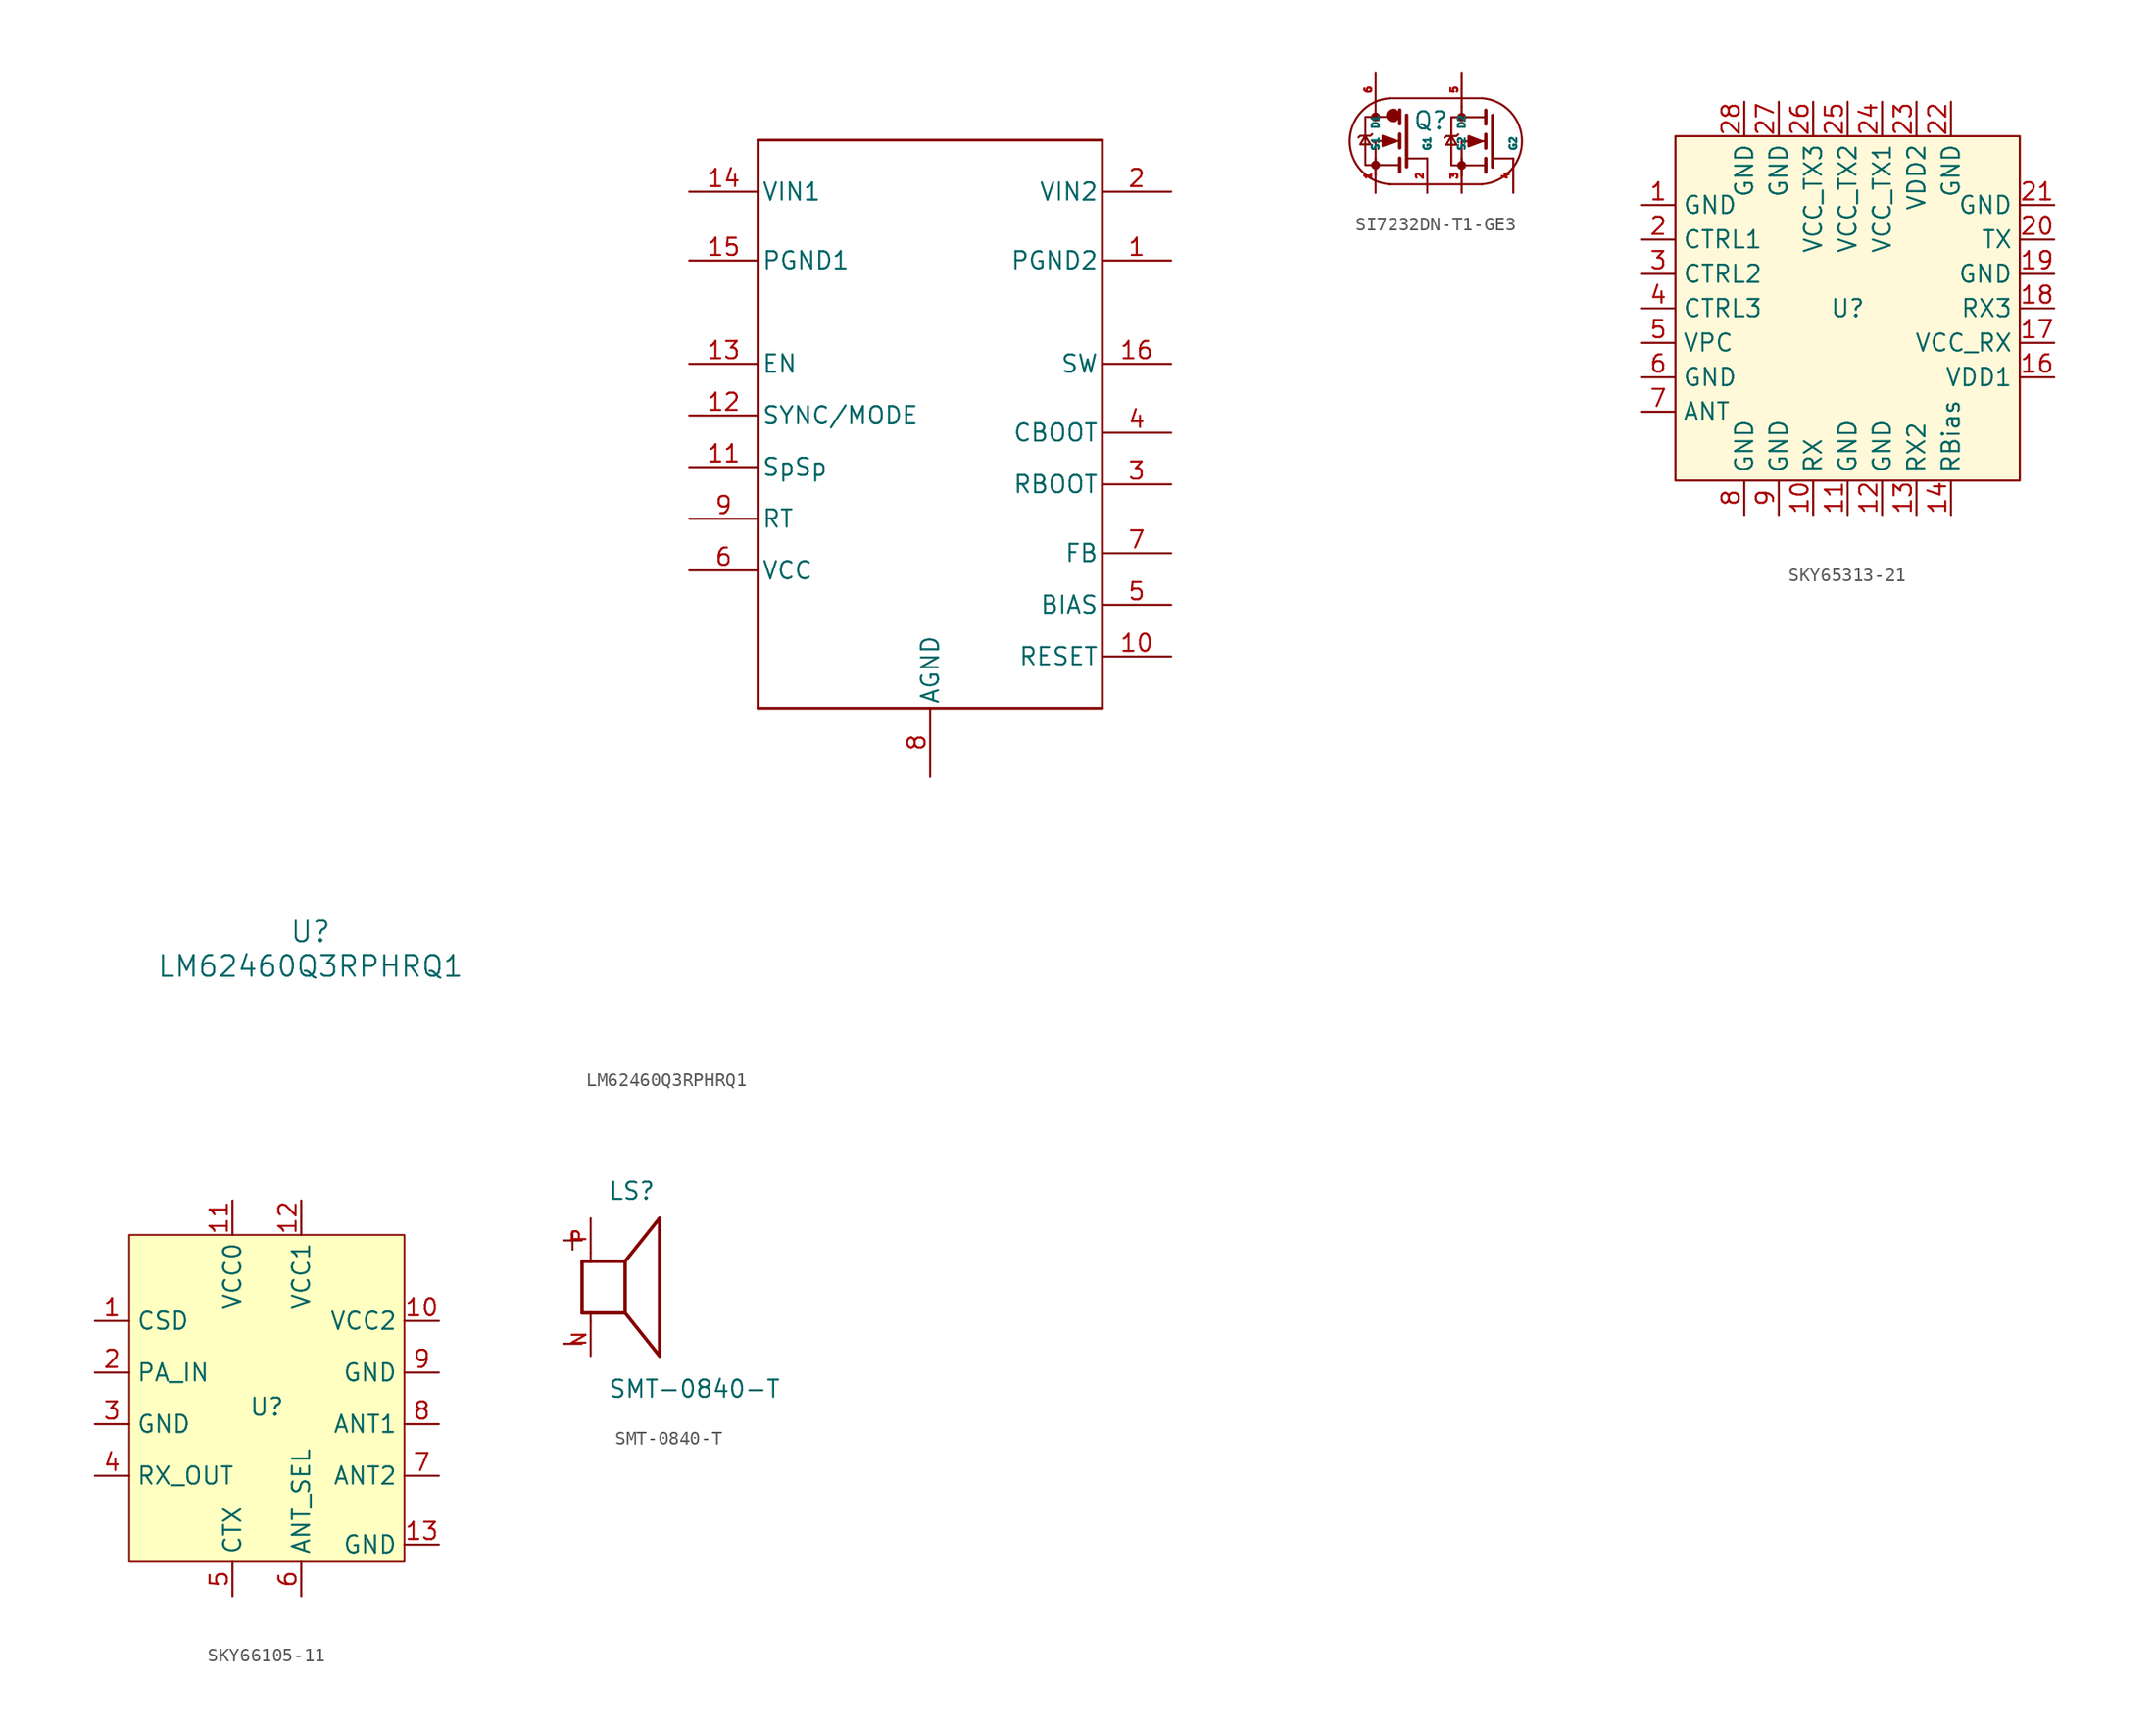
<source format=kicad_sym>
(kicad_symbol_lib
  (version 20241209)
  (generator "kicad_symbol_editor")
  (generator_version "9.0")
  (symbol "LM62460Q3RPHRQ1"
    (pin_names
      (offset 0.254))
    (property "Reference" "U"
      (at -45.72 -33.02 0)
      (effects (font (size 1.524 1.524))))
    (property "Value" "LM62460Q3RPHRQ1"
      (at -45.72 -35.56 0)
      (effects (font (size 1.524 1.524))))
    (symbol "LM62460Q3RPHRQ1_0_1"
      (polyline (pts (xy -12.7 25.4) (xy -12.7 -16.51)) (stroke (width 0.203) (type default)) (fill (type none)))
      (polyline (pts (xy -12.7 -16.51) (xy 12.7 -16.51)) (stroke (width 0.203) (type default)) (fill (type none)))
      (polyline (pts (xy 12.7 25.4) (xy -12.7 25.4)) (stroke (width 0.203) (type default)) (fill (type none)))
      (polyline (pts (xy 12.7 -16.51) (xy 12.7 25.4)) (stroke (width 0.203) (type default)) (fill (type none)))
      (pin input line (at -17.78 8.89 0) (length 5.08) (name "EN" (effects (font (size 1.27 1.27)))) (number "13" (effects (font (size 1.27 1.27)))))
      (pin unspecified line (at -17.78 1.27 0) (length 5.08) (name "SpSp" (effects (font (size 1.27 1.27)))) (number "11" (effects (font (size 1.27 1.27)))))
      (pin unspecified line (at -17.78 -2.54 0) (length 5.08) (name "RT" (effects (font (size 1.27 1.27)))) (number "9" (effects (font (size 1.27 1.27)))))
      (pin power_in line (at -17.78 -6.35 0) (length 5.08) (name "VCC" (effects (font (size 1.27 1.27)))) (number "6" (effects (font (size 1.27 1.27)))))
      (pin power_in line (at 0 -21.59 90) (length 5.08) (name "AGND" (effects (font (size 1.27 1.27)))) (number "8" (effects (font (size 1.27 1.27)))))
      (pin power_in line (at 17.78 8.89 180) (length 5.08) (name "SW" (effects (font (size 1.27 1.27)))) (number "16" (effects (font (size 1.27 1.27)))))
      (pin unspecified line (at 17.78 3.81 180) (length 5.08) (name "CBOOT" (effects (font (size 1.27 1.27)))) (number "4" (effects (font (size 1.27 1.27)))))
      (pin unspecified line (at 17.78 0 180) (length 5.08) (name "RBOOT" (effects (font (size 1.27 1.27)))) (number "3" (effects (font (size 1.27 1.27)))))
      (pin input line (at 17.78 -5.08 180) (length 5.08) (name "FB" (effects (font (size 1.27 1.27)))) (number "7" (effects (font (size 1.27 1.27)))))
      (pin unspecified line (at 17.78 -8.89 180) (length 5.08) (name "BIAS" (effects (font (size 1.27 1.27)))) (number "5" (effects (font (size 1.27 1.27)))))
      (pin input line (at 17.78 -12.7 180) (length 5.08) (name "RESET" (effects (font (size 1.27 1.27)))) (number "10" (effects (font (size 1.27 1.27))))))
    (symbol "LM62460Q3RPHRQ1_1_1"
      (pin power_in line (at -17.78 21.59 0) (length 5.08) (name "VIN1" (effects (font (size 1.27 1.27)))) (number "14" (effects (font (size 1.27 1.27)))))
      (pin power_in line (at -17.78 16.51 0) (length 5.08) (name "PGND1" (effects (font (size 1.27 1.27)))) (number "15" (effects (font (size 1.27 1.27)))))
      (pin input line (at -17.78 5.08 0) (length 5.08) (name "SYNC/MODE" (effects (font (size 1.27 1.27)))) (number "12" (effects (font (size 1.27 1.27)))))
      (pin power_in line (at 17.78 21.59 180) (length 5.08) (name "VIN2" (effects (font (size 1.27 1.27)))) (number "2" (effects (font (size 1.27 1.27)))))
      (pin power_in line (at 17.78 16.51 180) (length 5.08) (name "PGND2" (effects (font (size 1.27 1.27)))) (number "1" (effects (font (size 1.27 1.27)))))))
  (symbol "SI7232DN-T1-GE3"
    (property "Reference" "Q"
      (at 4.064 5.334 0)
      (effects (font (size 1.27 1.27))))
    (property "Value" ""
      (at 0 0 0)
      (effects (font (size 1.27 1.27))))
    (symbol "SI7232DN-T1-GE3_0_1"
      (polyline (pts (xy -0.759 4.21) (xy -0.378 3.575) (xy -1.14 3.575) (xy -0.759 4.21)) (stroke (width 0) (type default)) (fill (type none)))
      (polyline (pts (xy -0.251 4.338) (xy -0.378 4.21) (xy -1.14 4.21) (xy -1.267 4.083)) (stroke (width 0) (type default)) (fill (type none)))
      (polyline (pts (xy 0.0001 6.263) (xy 0.0001 5.501)) (stroke (width 0) (type default)) (fill (type none)))
      (circle (center 0.003 5.607) (radius 0.254) (stroke (width 0) (type default)) (fill (type outline)))
      (circle (center 0.003 2.051) (radius 0.254) (stroke (width 0) (type default)) (fill (type outline)))
      (polyline (pts (xy 0.003 1.29) (xy 0.003 3.829) (xy 1.781 3.829)) (stroke (width 0) (type default)) (fill (type none)))
      (arc (start 1.27 5.715) (mid 1.27 5.715) (end 1.27 5.715) (stroke (width 1) (type default)) (fill (type none)))
      (arc (start 1.0229 0.635) (mid -1.9146 3.81) (end 1.0229 6.985) (stroke (width 0) (type default)) (fill (type none)))
      (polyline (pts (xy 1.527 3.829) (xy 0.511 4.21) (xy 0.511 3.449) (xy 1.527 3.829)) (stroke (width 0) (type default)) (fill (type outline)))
      (polyline (pts (xy 1.781 6.115) (xy 1.781 5.099)) (stroke (width 0.254) (type default)) (fill (type none)))
      (polyline (pts (xy 1.781 4.338) (xy 1.781 3.321)) (stroke (width 0.254) (type default)) (fill (type none)))
      (polyline (pts (xy 1.781 2.559) (xy 1.781 1.544)) (stroke (width 0.254) (type default)) (fill (type none)))
      (polyline (pts (xy 1.781 2.051) (xy -0.759 2.051) (xy -0.759 5.607) (xy 1.781 5.607)) (stroke (width 0) (type default)) (fill (type none)))
      (polyline (pts (xy 2.289 5.734) (xy 2.289 1.925)) (stroke (width 0.254) (type default)) (fill (type none)))
      (polyline (pts (xy 2.37 2.54) (xy 3.81 2.54)) (stroke (width 0) (type default)) (fill (type none)))
      (polyline (pts (xy 5.588 4.191) (xy 5.969 3.556) (xy 5.207 3.556) (xy 5.588 4.191)) (stroke (width 0) (type default)) (fill (type none)))
      (polyline (pts (xy 6.096 4.318) (xy 5.969 4.191) (xy 5.207 4.191) (xy 5.08 4.064)) (stroke (width 0) (type default)) (fill (type none)))
      (polyline (pts (xy 6.35 6.35) (xy 6.35 5.588)) (stroke (width 0) (type default)) (fill (type none)))
      (circle (center 6.35 5.588) (radius 0.254) (stroke (width 0) (type default)) (fill (type outline)))
      (circle (center 6.35 2.032) (radius 0.254) (stroke (width 0) (type default)) (fill (type outline)))
      (polyline (pts (xy 6.35 1.27) (xy 6.35 3.81) (xy 8.128 3.81)) (stroke (width 0) (type default)) (fill (type none)))
      (arc (start 7.8671 6.985) (mid 10.8046 3.81) (end 7.8671 0.635) (stroke (width 0) (type default)) (fill (type none)))
      (polyline (pts (xy 7.831 0.63) (xy 0.935 0.63)) (stroke (width 0) (type default)) (fill (type none)))
      (polyline (pts (xy 7.874 3.81) (xy 6.858 4.191) (xy 6.858 3.429) (xy 7.874 3.81)) (stroke (width 0) (type default)) (fill (type outline)))
      (polyline (pts (xy 7.892 6.987) (xy 0.995 6.987)) (stroke (width 0) (type default)) (fill (type none)))
      (polyline (pts (xy 8.128 6.096) (xy 8.128 5.08)) (stroke (width 0.254) (type default)) (fill (type none)))
      (polyline (pts (xy 8.128 4.318) (xy 8.128 3.302)) (stroke (width 0.254) (type default)) (fill (type none)))
      (polyline (pts (xy 8.128 2.54) (xy 8.128 1.524)) (stroke (width 0.254) (type default)) (fill (type none)))
      (polyline (pts (xy 8.128 2.032) (xy 5.588 2.032) (xy 5.588 5.588) (xy 8.128 5.588)) (stroke (width 0) (type default)) (fill (type none)))
      (polyline (pts (xy 8.636 5.715) (xy 8.636 1.905)) (stroke (width 0.254) (type default)) (fill (type none)))
      (polyline (pts (xy 8.695 2.54) (xy 10.16 2.54)) (stroke (width 0) (type default)) (fill (type none))))
    (symbol "SI7232DN-T1-GE3_1_1"
      (pin passive line (at 0 8.89 270) (length 2.54) (name "D1" (effects (font (size 0.508 0.508)))) (number "6" (effects (font (size 0.508 0.508)))))
      (pin passive line (at 0 0 90) (length 2.54) (name "S1" (effects (font (size 0.508 0.508)))) (number "1" (effects (font (size 0.508 0.508)))))
      (pin passive line (at 3.81 0 90) (length 2.54) (name "G1" (effects (font (size 0.508 0.508)))) (number "2" (effects (font (size 0.508 0.508)))))
      (pin passive line (at 6.35 8.89 270) (length 2.54) (name "D2" (effects (font (size 0.508 0.508)))) (number "5" (effects (font (size 0.508 0.508)))))
      (pin passive line (at 6.35 0 90) (length 2.54) (name "S2" (effects (font (size 0.508 0.508)))) (number "3" (effects (font (size 0.508 0.508)))))
      (pin passive line (at 10.16 0 90) (length 2.54) (name "G2" (effects (font (size 0.508 0.508)))) (number "4" (effects (font (size 0.508 0.508)))))))
  (symbol "SKY65313-21"
    (property "Reference" "U"
      (at 0 0 0)
      (effects (font (size 1.27 1.27))))
    (property "Value" ""
      (at 0 0 0)
      (effects (font (size 1.27 1.27))))
    (symbol "SKY65313-21_0_1"
      (rectangle (start -12.7 12.7) (end 12.7 -12.7) (stroke (width 0) (type default)) (fill (type color) (color 255 249 217 1))))
    (symbol "SKY65313-21_1_1"
      (pin power_in line (at -15.24 7.62 0) (length 2.54) (name "GND" (effects (font (size 1.27 1.27)))) (number "1" (effects (font (size 1.27 1.27)))))
      (pin input line (at -15.24 5.08 0) (length 2.54) (name "CTRL1" (effects (font (size 1.27 1.27)))) (number "2" (effects (font (size 1.27 1.27)))))
      (pin input line (at -15.24 2.54 0) (length 2.54) (name "CTRL2" (effects (font (size 1.27 1.27)))) (number "3" (effects (font (size 1.27 1.27)))))
      (pin input line (at -15.24 0 0) (length 2.54) (name "CTRL3" (effects (font (size 1.27 1.27)))) (number "4" (effects (font (size 1.27 1.27)))))
      (pin power_in line (at -15.24 -2.54 0) (length 2.54) (name "VPC" (effects (font (size 1.27 1.27)))) (number "5" (effects (font (size 1.27 1.27)))))
      (pin power_in line (at -15.24 -5.08 0) (length 2.54) (name "GND" (effects (font (size 1.27 1.27)))) (number "6" (effects (font (size 1.27 1.27)))))
      (pin output line (at -15.24 -7.62 0) (length 2.54) (name "ANT" (effects (font (size 1.27 1.27)))) (number "7" (effects (font (size 1.27 1.27)))))
      (pin power_in line (at -7.62 15.24 270) (length 2.54) (name "GND" (effects (font (size 1.27 1.27)))) (number "28" (effects (font (size 1.27 1.27)))))
      (pin power_in line (at -7.62 -15.24 90) (length 2.54) (name "GND" (effects (font (size 1.27 1.27)))) (number "8" (effects (font (size 1.27 1.27)))))
      (pin power_in line (at -5.08 15.24 270) (length 2.54) (name "GND" (effects (font (size 1.27 1.27)))) (number "27" (effects (font (size 1.27 1.27)))))
      (pin power_in line (at -5.08 -15.24 90) (length 2.54) (name "GND" (effects (font (size 1.27 1.27)))) (number "9" (effects (font (size 1.27 1.27)))))
      (pin power_in line (at -2.54 15.24 270) (length 2.54) (name "VCC_TX3" (effects (font (size 1.27 1.27)))) (number "26" (effects (font (size 1.27 1.27)))))
      (pin input line (at -2.54 -15.24 90) (length 2.54) (name "RX" (effects (font (size 1.27 1.27)))) (number "10" (effects (font (size 1.27 1.27)))))
      (pin power_in line (at 0 15.24 270) (length 2.54) (name "VCC_TX2" (effects (font (size 1.27 1.27)))) (number "25" (effects (font (size 1.27 1.27)))))
      (pin power_in line (at 0 -15.24 90) (length 2.54) (name "GND" (effects (font (size 1.27 1.27)))) (number "11" (effects (font (size 1.27 1.27)))))
      (pin power_in line (at 2.54 15.24 270) (length 2.54) (name "VCC_TX1" (effects (font (size 1.27 1.27)))) (number "24" (effects (font (size 1.27 1.27)))))
      (pin power_in line (at 2.54 -15.24 90) (length 2.54) (name "GND" (effects (font (size 1.27 1.27)))) (number "12" (effects (font (size 1.27 1.27)))))
      (pin power_in line (at 5.08 15.24 270) (length 2.54) (name "VDD2" (effects (font (size 1.27 1.27)))) (number "23" (effects (font (size 1.27 1.27)))))
      (pin input line (at 5.08 -15.24 90) (length 2.54) (name "RX2" (effects (font (size 1.27 1.27)))) (number "13" (effects (font (size 1.27 1.27)))))
      (pin power_in line (at 7.62 15.24 270) (length 2.54) (name "GND" (effects (font (size 1.27 1.27)))) (number "22" (effects (font (size 1.27 1.27)))))
      (pin input line (at 7.62 -15.24 90) (length 2.54) (name "RBias" (effects (font (size 1.27 1.27)))) (number "14" (effects (font (size 1.27 1.27)))))
      (pin power_in line (at 15.24 7.62 180) (length 2.54) (name "GND" (effects (font (size 1.27 1.27)))) (number "21" (effects (font (size 1.27 1.27)))))
      (pin input line (at 15.24 5.08 180) (length 2.54) (name "TX" (effects (font (size 1.27 1.27)))) (number "20" (effects (font (size 1.27 1.27)))))
      (pin power_in line (at 15.24 2.54 180) (length 2.54) (name "GND" (effects (font (size 1.27 1.27)))) (number "19" (effects (font (size 1.27 1.27)))))
      (pin output line (at 15.24 0 180) (length 2.54) (name "RX3" (effects (font (size 1.27 1.27)))) (number "18" (effects (font (size 1.27 1.27)))))
      (pin power_in line (at 15.24 -2.54 180) (length 2.54) (name "VCC_RX" (effects (font (size 1.27 1.27)))) (number "17" (effects (font (size 1.27 1.27)))))
      (pin power_in line (at 15.24 -5.08 180) (length 2.54) (name "VDD1" (effects (font (size 1.27 1.27)))) (number "16" (effects (font (size 1.27 1.27)))))))
  (symbol "SKY66105-11"
    (property "Reference" "U"
      (at 0 0 0)
      (effects (font (size 1.27 1.27))))
    (property "Value" ""
      (at 0 0 0)
      (effects (font (size 1.27 1.27))))
    (symbol "SKY66105-11_0_1"
      (rectangle (start -10.16 12.7) (end 10.16 -11.43) (stroke (width 0.127) (type default) (color 132 0 0 1)) (fill (type background))))
    (symbol "SKY66105-11_1_1"
      (pin input line (at -12.7 6.35 0) (length 2.54) (name "CSD" (effects (font (size 1.27 1.27)))) (number "1" (effects (font (size 1.27 1.27)))))
      (pin input line (at -12.7 2.54 0) (length 2.54) (name "PA_IN" (effects (font (size 1.27 1.27)))) (number "2" (effects (font (size 1.27 1.27)))))
      (pin power_in line (at -12.7 -1.27 0) (length 2.54) (name "GND" (effects (font (size 1.27 1.27)))) (number "3" (effects (font (size 1.27 1.27)))))
      (pin output line (at -12.7 -5.08 0) (length 2.54) (name "RX_OUT" (effects (font (size 1.27 1.27)))) (number "4" (effects (font (size 1.27 1.27)))))
      (pin power_in line (at -2.54 15.24 270) (length 2.54) (name "VCC0" (effects (font (size 1.27 1.27)))) (number "11" (effects (font (size 1.27 1.27)))))
      (pin input line (at -2.54 -13.97 90) (length 2.54) (name "CTX" (effects (font (size 1.27 1.27)))) (number "5" (effects (font (size 1.27 1.27)))))
      (pin power_in line (at 2.54 15.24 270) (length 2.54) (name "VCC1" (effects (font (size 1.27 1.27)))) (number "12" (effects (font (size 1.27 1.27)))))
      (pin input line (at 2.54 -13.97 90) (length 2.54) (name "ANT_SEL" (effects (font (size 1.27 1.27)))) (number "6" (effects (font (size 1.27 1.27)))))
      (pin power_in line (at 12.7 6.35 180) (length 2.54) (name "VCC2" (effects (font (size 1.27 1.27)))) (number "10" (effects (font (size 1.27 1.27)))))
      (pin power_in line (at 12.7 2.54 180) (length 2.54) (name "GND" (effects (font (size 1.27 1.27)))) (number "9" (effects (font (size 1.27 1.27)))))
      (pin output line (at 12.7 -1.27 180) (length 2.54) (name "ANT1" (effects (font (size 1.27 1.27)))) (number "8" (effects (font (size 1.27 1.27)))))
      (pin output line (at 12.7 -5.08 180) (length 2.54) (name "ANT2" (effects (font (size 1.27 1.27)))) (number "7" (effects (font (size 1.27 1.27)))))
      (pin power_in line (at 12.7 -10.16 180) (length 2.54) (name "GND" (effects (font (size 1.27 1.27)))) (number "13" (effects (font (size 1.27 1.27)))))))
  (symbol "SMT-0840-T"
    (pin_names
      (offset 1.016))
    (property "Reference" "LS"
      (at -1.27 6.35 0)
      (effects (font (size 1.27 1.27)) (justify left bottom)))
    (property "Value" "SMT-0840-T"
      (at -1.27 -8.255 0)
      (effects (font (size 1.27 1.27)) (justify left bottom)))
    (symbol "SMT-0840-T_0_0"
      (polyline (pts (xy -3.175 1.905) (xy -3.175 -1.905)) (stroke (width 0.254) (type default)) (fill (type none)))
      (polyline (pts (xy -3.175 1.905) (xy -2.54 1.905)) (stroke (width 0.254) (type default)) (fill (type none)))
      (polyline (pts (xy -3.175 -1.905) (xy -2.54 -1.905)) (stroke (width 0.254) (type default)) (fill (type none)))
      (polyline (pts (xy -2.54 2.54) (xy -2.54 1.905)) (stroke (width 0.152) (type default)) (fill (type none)))
      (polyline (pts (xy -2.54 1.905) (xy 0 1.905)) (stroke (width 0.254) (type default)) (fill (type none)))
      (polyline (pts (xy -2.54 -1.905) (xy 0 -1.905)) (stroke (width 0.254) (type default)) (fill (type none)))
      (polyline (pts (xy -2.54 -2.54) (xy -2.54 -1.905)) (stroke (width 0.152) (type default)) (fill (type none)))
      (polyline (pts (xy 0 1.905) (xy 2.54 5.08)) (stroke (width 0.254) (type default)) (fill (type none)))
      (polyline (pts (xy 0 -1.905) (xy 0 1.905)) (stroke (width 0.254) (type default)) (fill (type none)))
      (polyline (pts (xy 0 -1.905) (xy 2.54 -5.08)) (stroke (width 0.254) (type default)) (fill (type none)))
      (polyline (pts (xy 2.54 -5.08) (xy 2.54 5.08)) (stroke (width 0.254) (type default)) (fill (type none)))
      (text "+" (at -5.08 2.54 0) (effects (font (size 1.778 1.778)) (justify left bottom)))
      (text "-" (at -5.08 -5.08 0) (effects (font (size 1.778 1.778)) (justify left bottom)))
      (pin passive line (at -2.54 5.08 270) (length 2.54) (name "~" (effects (font (size 1.016 1.016)))) (number "P" (effects (font (size 1.016 1.016)))))
      (pin passive line (at -2.54 -5.08 90) (length 2.54) (name "~" (effects (font (size 1.016 1.016)))) (number "N" (effects (font (size 1.016 1.016))))))))
</source>
